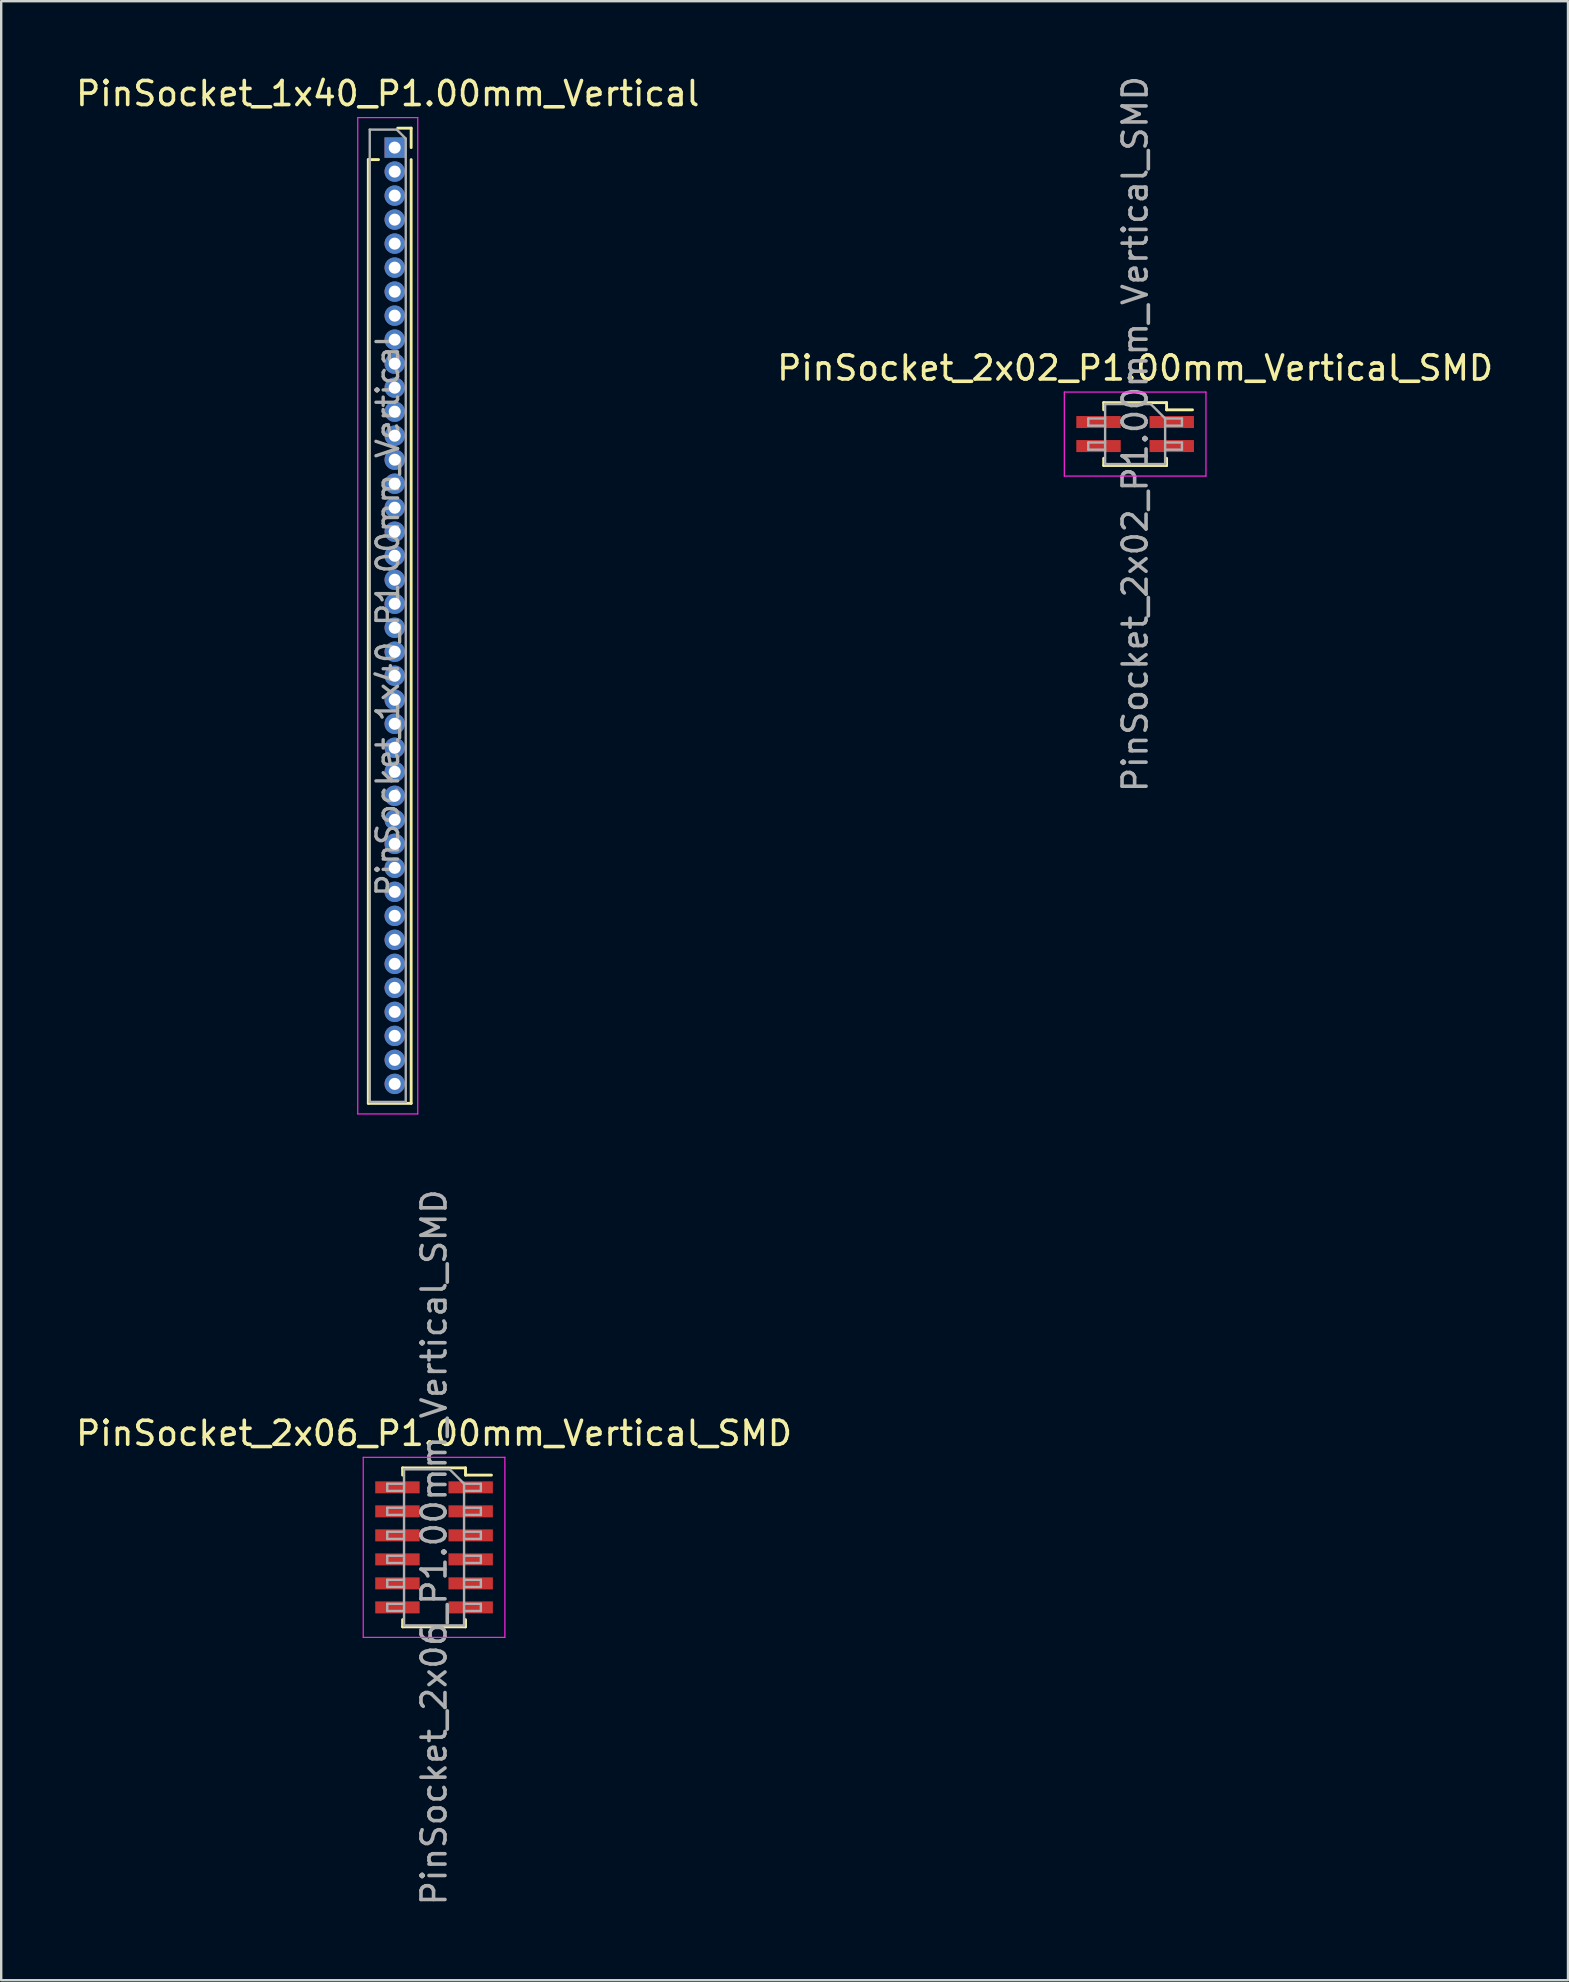
<source format=kicad_pcb>
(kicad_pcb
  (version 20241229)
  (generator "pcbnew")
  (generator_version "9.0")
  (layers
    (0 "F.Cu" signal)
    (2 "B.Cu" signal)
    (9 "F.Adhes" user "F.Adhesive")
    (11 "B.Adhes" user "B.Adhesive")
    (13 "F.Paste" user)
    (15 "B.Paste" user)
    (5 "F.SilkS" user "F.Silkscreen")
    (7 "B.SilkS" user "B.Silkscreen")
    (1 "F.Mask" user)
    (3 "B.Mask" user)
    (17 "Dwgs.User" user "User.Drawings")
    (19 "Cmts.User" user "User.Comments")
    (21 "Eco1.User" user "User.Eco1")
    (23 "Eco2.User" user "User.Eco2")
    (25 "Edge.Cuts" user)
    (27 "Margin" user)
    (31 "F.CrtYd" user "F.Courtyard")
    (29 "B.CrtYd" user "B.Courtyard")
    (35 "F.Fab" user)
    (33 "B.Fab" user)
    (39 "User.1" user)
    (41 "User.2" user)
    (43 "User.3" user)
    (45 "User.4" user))
  (footprint "PinSocket_2x06_P1.00mm_Vertical_SMD"
    (layer "F.Cu")
    (at 15.03 61.403)
    (property "Reference" "PinSocket_2x06_P1.00mm_Vertical_SMD" (at 0 -4.75 0) (layer "F.SilkS") (effects (font (size 1 1) (thickness 0.15))))
    (attr smd)
    (fp_line (start -1.31 -3.31) (end -1.31 -3.01) (stroke (width 0.12) (type solid)) (layer "F.SilkS"))
    (fp_line (start -1.31 -3.31) (end 1.31 -3.31) (stroke (width 0.12) (type solid)) (layer "F.SilkS"))
    (fp_line (start -1.31 3.01) (end -1.31 3.31) (stroke (width 0.12) (type solid)) (layer "F.SilkS"))
    (fp_line (start -1.31 3.31) (end 1.31 3.31) (stroke (width 0.12) (type solid)) (layer "F.SilkS"))
    (fp_line (start 1.31 -3.31) (end 1.31 -3.01) (stroke (width 0.12) (type solid)) (layer "F.SilkS"))
    (fp_line (start 1.31 -3.01) (end 2.39 -3.01) (stroke (width 0.12) (type solid)) (layer "F.SilkS"))
    (fp_line (start 1.31 3.01) (end 1.31 3.31) (stroke (width 0.12) (type solid)) (layer "F.SilkS"))
    (fp_line (start -2.95 -3.75) (end 2.95 -3.75) (stroke (width 0.05) (type solid)) (layer "F.CrtYd"))
    (fp_line (start -2.95 3.75) (end -2.95 -3.75) (stroke (width 0.05) (type solid)) (layer "F.CrtYd"))
    (fp_line (start 2.95 -3.75) (end 2.95 3.75) (stroke (width 0.05) (type solid)) (layer "F.CrtYd"))
    (fp_line (start 2.95 3.75) (end -2.95 3.75) (stroke (width 0.05) (type solid)) (layer "F.CrtYd"))
    (fp_line (start -1.95 -2.65) (end -1.25 -2.65) (stroke (width 0.1) (type solid)) (layer "F.Fab"))
    (fp_line (start -1.95 -2.35) (end -1.95 -2.65) (stroke (width 0.1) (type solid)) (layer "F.Fab"))
    (fp_line (start -1.95 -1.65) (end -1.25 -1.65) (stroke (width 0.1) (type solid)) (layer "F.Fab"))
    (fp_line (start -1.95 -1.35) (end -1.95 -1.65) (stroke (width 0.1) (type solid)) (layer "F.Fab"))
    (fp_line (start -1.95 -0.65) (end -1.25 -0.65) (stroke (width 0.1) (type solid)) (layer "F.Fab"))
    (fp_line (start -1.95 -0.35) (end -1.95 -0.65) (stroke (width 0.1) (type solid)) (layer "F.Fab"))
    (fp_line (start -1.95 0.35) (end -1.25 0.35) (stroke (width 0.1) (type solid)) (layer "F.Fab"))
    (fp_line (start -1.95 0.65) (end -1.95 0.35) (stroke (width 0.1) (type solid)) (layer "F.Fab"))
    (fp_line (start -1.95 1.35) (end -1.25 1.35) (stroke (width 0.1) (type solid)) (layer "F.Fab"))
    (fp_line (start -1.95 1.65) (end -1.95 1.35) (stroke (width 0.1) (type solid)) (layer "F.Fab"))
    (fp_line (start -1.95 2.35) (end -1.25 2.35) (stroke (width 0.1) (type solid)) (layer "F.Fab"))
    (fp_line (start -1.95 2.65) (end -1.95 2.35) (stroke (width 0.1) (type solid)) (layer "F.Fab"))
    (fp_line (start -1.25 -3.25) (end 0.65 -3.25) (stroke (width 0.1) (type solid)) (layer "F.Fab"))
    (fp_line (start -1.25 -2.35) (end -1.95 -2.35) (stroke (width 0.1) (type solid)) (layer "F.Fab"))
    (fp_line (start -1.25 -1.35) (end -1.95 -1.35) (stroke (width 0.1) (type solid)) (layer "F.Fab"))
    (fp_line (start -1.25 -0.35) (end -1.95 -0.35) (stroke (width 0.1) (type solid)) (layer "F.Fab"))
    (fp_line (start -1.25 0.65) (end -1.95 0.65) (stroke (width 0.1) (type solid)) (layer "F.Fab"))
    (fp_line (start -1.25 1.65) (end -1.95 1.65) (stroke (width 0.1) (type solid)) (layer "F.Fab"))
    (fp_line (start -1.25 2.65) (end -1.95 2.65) (stroke (width 0.1) (type solid)) (layer "F.Fab"))
    (fp_line (start -1.25 3.25) (end -1.25 -3.25) (stroke (width 0.1) (type solid)) (layer "F.Fab"))
    (fp_line (start 0.65 -3.25) (end 1.25 -2.65) (stroke (width 0.1) (type solid)) (layer "F.Fab"))
    (fp_line (start 1.25 -2.65) (end 1.25 3.25) (stroke (width 0.1) (type solid)) (layer "F.Fab"))
    (fp_line (start 1.25 -2.65) (end 1.95 -2.65) (stroke (width 0.1) (type solid)) (layer "F.Fab"))
    (fp_line (start 1.25 -1.65) (end 1.95 -1.65) (stroke (width 0.1) (type solid)) (layer "F.Fab"))
    (fp_line (start 1.25 -0.65) (end 1.95 -0.65) (stroke (width 0.1) (type solid)) (layer "F.Fab"))
    (fp_line (start 1.25 0.35) (end 1.95 0.35) (stroke (width 0.1) (type solid)) (layer "F.Fab"))
    (fp_line (start 1.25 1.35) (end 1.95 1.35) (stroke (width 0.1) (type solid)) (layer "F.Fab"))
    (fp_line (start 1.25 2.35) (end 1.95 2.35) (stroke (width 0.1) (type solid)) (layer "F.Fab"))
    (fp_line (start 1.25 3.25) (end -1.25 3.25) (stroke (width 0.1) (type solid)) (layer "F.Fab"))
    (fp_line (start 1.95 -2.65) (end 1.95 -2.35) (stroke (width 0.1) (type solid)) (layer "F.Fab"))
    (fp_line (start 1.95 -2.35) (end 1.25 -2.35) (stroke (width 0.1) (type solid)) (layer "F.Fab"))
    (fp_line (start 1.95 -1.65) (end 1.95 -1.35) (stroke (width 0.1) (type solid)) (layer "F.Fab"))
    (fp_line (start 1.95 -1.35) (end 1.25 -1.35) (stroke (width 0.1) (type solid)) (layer "F.Fab"))
    (fp_line (start 1.95 -0.65) (end 1.95 -0.35) (stroke (width 0.1) (type solid)) (layer "F.Fab"))
    (fp_line (start 1.95 -0.35) (end 1.25 -0.35) (stroke (width 0.1) (type solid)) (layer "F.Fab"))
    (fp_line (start 1.95 0.35) (end 1.95 0.65) (stroke (width 0.1) (type solid)) (layer "F.Fab"))
    (fp_line (start 1.95 0.65) (end 1.25 0.65) (stroke (width 0.1) (type solid)) (layer "F.Fab"))
    (fp_line (start 1.95 1.35) (end 1.95 1.65) (stroke (width 0.1) (type solid)) (layer "F.Fab"))
    (fp_line (start 1.95 1.65) (end 1.25 1.65) (stroke (width 0.1) (type solid)) (layer "F.Fab"))
    (fp_line (start 1.95 2.35) (end 1.95 2.65) (stroke (width 0.1) (type solid)) (layer "F.Fab"))
    (fp_line (start 1.95 2.65) (end 1.25 2.65) (stroke (width 0.1) (type solid)) (layer "F.Fab"))
    (fp_text user "${REFERENCE}" (at 0 0 90) (layer "F.Fab") (effects (font (size 1 1) (thickness 0.15))))
    (pad "1" smd rect (at 1.525 -2.5) (size 1.85 0.5) (layers "F.Cu" "F.Mask" "F.Paste"))
    (pad "2" smd rect (at -1.525 -2.5) (size 1.85 0.5) (layers "F.Cu" "F.Mask" "F.Paste"))
    (pad "3" smd rect (at 1.525 -1.5) (size 1.85 0.5) (layers "F.Cu" "F.Mask" "F.Paste"))
    (pad "4" smd rect (at -1.525 -1.5) (size 1.85 0.5) (layers "F.Cu" "F.Mask" "F.Paste"))
    (pad "5" smd rect (at 1.525 -0.5) (size 1.85 0.5) (layers "F.Cu" "F.Mask" "F.Paste"))
    (pad "6" smd rect (at -1.525 -0.5) (size 1.85 0.5) (layers "F.Cu" "F.Mask" "F.Paste"))
    (pad "7" smd rect (at 1.525 0.5) (size 1.85 0.5) (layers "F.Cu" "F.Mask" "F.Paste"))
    (pad "8" smd rect (at -1.525 0.5) (size 1.85 0.5) (layers "F.Cu" "F.Mask" "F.Paste"))
    (pad "9" smd rect (at 1.525 1.5) (size 1.85 0.5) (layers "F.Cu" "F.Mask" "F.Paste"))
    (pad "10" smd rect (at -1.525 1.5) (size 1.85 0.5) (layers "F.Cu" "F.Mask" "F.Paste"))
    (pad "11" smd rect (at 1.525 2.5) (size 1.85 0.5) (layers "F.Cu" "F.Mask" "F.Paste"))
    (pad "12" smd rect (at -1.525 2.5) (size 1.85 0.5) (layers "F.Cu" "F.Mask" "F.Paste")))
  (footprint "PinSocket_1x40_P1.00mm_Vertical"
    (layer "F.Cu")
    (at 13.391 3.098)
    (property "Reference" "PinSocket_1x40_P1.00mm_Vertical" (at -0.29 -2.25 0) (layer "F.SilkS") (effects (font (size 1 1) (thickness 0.15))))
    (attr through_hole)
    (fp_line (start -1.1 0.5) (end -1.1 39.81) (stroke (width 0.12) (type solid)) (layer "F.SilkS"))
    (fp_line (start -1.1 0.5) (end -0.674 0.5) (stroke (width 0.12) (type solid)) (layer "F.SilkS"))
    (fp_line (start -1.1 39.81) (end 0.685 39.81) (stroke (width 0.12) (type solid)) (layer "F.SilkS"))
    (fp_line (start 0.125 -0.81) (end 0.685 -0.81) (stroke (width 0.12) (type solid)) (layer "F.SilkS"))
    (fp_line (start 0.685 -0.81) (end 0.685 0) (stroke (width 0.12) (type solid)) (layer "F.SilkS"))
    (fp_line (start 0.685 0.5) (end 0.685 39.81) (stroke (width 0.12) (type solid)) (layer "F.SilkS"))
    (fp_line (start -1.54 -1.25) (end 0.96 -1.25) (stroke (width 0.05) (type solid)) (layer "F.CrtYd"))
    (fp_line (start -1.54 40.25) (end -1.54 -1.25) (stroke (width 0.05) (type solid)) (layer "F.CrtYd"))
    (fp_line (start 0.96 -1.25) (end 0.96 40.25) (stroke (width 0.05) (type solid)) (layer "F.CrtYd"))
    (fp_line (start 0.96 40.25) (end -1.54 40.25) (stroke (width 0.05) (type solid)) (layer "F.CrtYd"))
    (fp_line (start -1.04 -0.75) (end 0.085 -0.75) (stroke (width 0.1) (type solid)) (layer "F.Fab"))
    (fp_line (start -1.04 39.75) (end -1.04 -0.75) (stroke (width 0.1) (type solid)) (layer "F.Fab"))
    (fp_line (start 0.085 -0.75) (end 0.46 -0.375) (stroke (width 0.1) (type solid)) (layer "F.Fab"))
    (fp_line (start 0.46 -0.375) (end 0.46 39.75) (stroke (width 0.1) (type solid)) (layer "F.Fab"))
    (fp_line (start 0.46 39.75) (end -1.04 39.75) (stroke (width 0.1) (type solid)) (layer "F.Fab"))
    (fp_text user "${REFERENCE}" (at -0.29 19.5 90) (layer "F.Fab") (effects (font (size 0.9 0.9) (thickness 0.14))))
    (pad "1" thru_hole rect (at 0 0) (size 0.85 0.85) (drill 0.5) (layers "*.Cu" "*.Mask"))
    (pad "2" thru_hole oval (at 0 1) (size 0.85 0.85) (drill 0.5) (layers "*.Cu" "*.Mask"))
    (pad "3" thru_hole oval (at 0 2) (size 0.85 0.85) (drill 0.5) (layers "*.Cu" "*.Mask"))
    (pad "4" thru_hole oval (at 0 3) (size 0.85 0.85) (drill 0.5) (layers "*.Cu" "*.Mask"))
    (pad "5" thru_hole oval (at 0 4) (size 0.85 0.85) (drill 0.5) (layers "*.Cu" "*.Mask"))
    (pad "6" thru_hole oval (at 0 5) (size 0.85 0.85) (drill 0.5) (layers "*.Cu" "*.Mask"))
    (pad "7" thru_hole oval (at 0 6) (size 0.85 0.85) (drill 0.5) (layers "*.Cu" "*.Mask"))
    (pad "8" thru_hole oval (at 0 7) (size 0.85 0.85) (drill 0.5) (layers "*.Cu" "*.Mask"))
    (pad "9" thru_hole oval (at 0 8) (size 0.85 0.85) (drill 0.5) (layers "*.Cu" "*.Mask"))
    (pad "10" thru_hole oval (at 0 9) (size 0.85 0.85) (drill 0.5) (layers "*.Cu" "*.Mask"))
    (pad "11" thru_hole oval (at 0 10) (size 0.85 0.85) (drill 0.5) (layers "*.Cu" "*.Mask"))
    (pad "12" thru_hole oval (at 0 11) (size 0.85 0.85) (drill 0.5) (layers "*.Cu" "*.Mask"))
    (pad "13" thru_hole oval (at 0 12) (size 0.85 0.85) (drill 0.5) (layers "*.Cu" "*.Mask"))
    (pad "14" thru_hole oval (at 0 13) (size 0.85 0.85) (drill 0.5) (layers "*.Cu" "*.Mask"))
    (pad "15" thru_hole oval (at 0 14) (size 0.85 0.85) (drill 0.5) (layers "*.Cu" "*.Mask"))
    (pad "16" thru_hole oval (at 0 15) (size 0.85 0.85) (drill 0.5) (layers "*.Cu" "*.Mask"))
    (pad "17" thru_hole oval (at 0 16) (size 0.85 0.85) (drill 0.5) (layers "*.Cu" "*.Mask"))
    (pad "18" thru_hole oval (at 0 17) (size 0.85 0.85) (drill 0.5) (layers "*.Cu" "*.Mask"))
    (pad "19" thru_hole oval (at 0 18) (size 0.85 0.85) (drill 0.5) (layers "*.Cu" "*.Mask"))
    (pad "20" thru_hole oval (at 0 19) (size 0.85 0.85) (drill 0.5) (layers "*.Cu" "*.Mask"))
    (pad "21" thru_hole oval (at 0 20) (size 0.85 0.85) (drill 0.5) (layers "*.Cu" "*.Mask"))
    (pad "22" thru_hole oval (at 0 21) (size 0.85 0.85) (drill 0.5) (layers "*.Cu" "*.Mask"))
    (pad "23" thru_hole oval (at 0 22) (size 0.85 0.85) (drill 0.5) (layers "*.Cu" "*.Mask"))
    (pad "24" thru_hole oval (at 0 23) (size 0.85 0.85) (drill 0.5) (layers "*.Cu" "*.Mask"))
    (pad "25" thru_hole oval (at 0 24) (size 0.85 0.85) (drill 0.5) (layers "*.Cu" "*.Mask"))
    (pad "26" thru_hole oval (at 0 25) (size 0.85 0.85) (drill 0.5) (layers "*.Cu" "*.Mask"))
    (pad "27" thru_hole oval (at 0 26) (size 0.85 0.85) (drill 0.5) (layers "*.Cu" "*.Mask"))
    (pad "28" thru_hole oval (at 0 27) (size 0.85 0.85) (drill 0.5) (layers "*.Cu" "*.Mask"))
    (pad "29" thru_hole oval (at 0 28) (size 0.85 0.85) (drill 0.5) (layers "*.Cu" "*.Mask"))
    (pad "30" thru_hole oval (at 0 29) (size 0.85 0.85) (drill 0.5) (layers "*.Cu" "*.Mask"))
    (pad "31" thru_hole oval (at 0 30) (size 0.85 0.85) (drill 0.5) (layers "*.Cu" "*.Mask"))
    (pad "32" thru_hole oval (at 0 31) (size 0.85 0.85) (drill 0.5) (layers "*.Cu" "*.Mask"))
    (pad "33" thru_hole oval (at 0 32) (size 0.85 0.85) (drill 0.5) (layers "*.Cu" "*.Mask"))
    (pad "34" thru_hole oval (at 0 33) (size 0.85 0.85) (drill 0.5) (layers "*.Cu" "*.Mask"))
    (pad "35" thru_hole oval (at 0 34) (size 0.85 0.85) (drill 0.5) (layers "*.Cu" "*.Mask"))
    (pad "36" thru_hole oval (at 0 35) (size 0.85 0.85) (drill 0.5) (layers "*.Cu" "*.Mask"))
    (pad "37" thru_hole oval (at 0 36) (size 0.85 0.85) (drill 0.5) (layers "*.Cu" "*.Mask"))
    (pad "38" thru_hole oval (at 0 37) (size 0.85 0.85) (drill 0.5) (layers "*.Cu" "*.Mask"))
    (pad "39" thru_hole oval (at 0 38) (size 0.85 0.85) (drill 0.5) (layers "*.Cu" "*.Mask"))
    (pad "40" thru_hole oval (at 0 39) (size 0.85 0.85) (drill 0.5) (layers "*.Cu" "*.Mask")))
  (footprint "PinSocket_2x02_P1.00mm_Vertical_SMD"
    (layer "F.Cu")
    (at 44.232 15.03)
    (property "Reference" "PinSocket_2x02_P1.00mm_Vertical_SMD" (at 0 -2.75 0) (layer "F.SilkS") (effects (font (size 1 1) (thickness 0.15))))
    (attr smd)
    (fp_line (start -1.31 -1.31) (end -1.31 -1.01) (stroke (width 0.12) (type solid)) (layer "F.SilkS"))
    (fp_line (start -1.31 -1.31) (end 1.31 -1.31) (stroke (width 0.12) (type solid)) (layer "F.SilkS"))
    (fp_line (start -1.31 1.01) (end -1.31 1.31) (stroke (width 0.12) (type solid)) (layer "F.SilkS"))
    (fp_line (start -1.31 1.31) (end 1.31 1.31) (stroke (width 0.12) (type solid)) (layer "F.SilkS"))
    (fp_line (start 1.31 -1.31) (end 1.31 -1.01) (stroke (width 0.12) (type solid)) (layer "F.SilkS"))
    (fp_line (start 1.31 -1.01) (end 2.39 -1.01) (stroke (width 0.12) (type solid)) (layer "F.SilkS"))
    (fp_line (start 1.31 1.01) (end 1.31 1.31) (stroke (width 0.12) (type solid)) (layer "F.SilkS"))
    (fp_line (start -2.95 -1.75) (end 2.95 -1.75) (stroke (width 0.05) (type solid)) (layer "F.CrtYd"))
    (fp_line (start -2.95 1.75) (end -2.95 -1.75) (stroke (width 0.05) (type solid)) (layer "F.CrtYd"))
    (fp_line (start 2.95 -1.75) (end 2.95 1.75) (stroke (width 0.05) (type solid)) (layer "F.CrtYd"))
    (fp_line (start 2.95 1.75) (end -2.95 1.75) (stroke (width 0.05) (type solid)) (layer "F.CrtYd"))
    (fp_line (start -1.95 -0.65) (end -1.25 -0.65) (stroke (width 0.1) (type solid)) (layer "F.Fab"))
    (fp_line (start -1.95 -0.35) (end -1.95 -0.65) (stroke (width 0.1) (type solid)) (layer "F.Fab"))
    (fp_line (start -1.95 0.35) (end -1.25 0.35) (stroke (width 0.1) (type solid)) (layer "F.Fab"))
    (fp_line (start -1.95 0.65) (end -1.95 0.35) (stroke (width 0.1) (type solid)) (layer "F.Fab"))
    (fp_line (start -1.25 -1.25) (end 0.65 -1.25) (stroke (width 0.1) (type solid)) (layer "F.Fab"))
    (fp_line (start -1.25 -0.35) (end -1.95 -0.35) (stroke (width 0.1) (type solid)) (layer "F.Fab"))
    (fp_line (start -1.25 0.65) (end -1.95 0.65) (stroke (width 0.1) (type solid)) (layer "F.Fab"))
    (fp_line (start -1.25 1.25) (end -1.25 -1.25) (stroke (width 0.1) (type solid)) (layer "F.Fab"))
    (fp_line (start 0.65 -1.25) (end 1.25 -0.65) (stroke (width 0.1) (type solid)) (layer "F.Fab"))
    (fp_line (start 1.25 -0.65) (end 1.25 1.25) (stroke (width 0.1) (type solid)) (layer "F.Fab"))
    (fp_line (start 1.25 -0.65) (end 1.95 -0.65) (stroke (width 0.1) (type solid)) (layer "F.Fab"))
    (fp_line (start 1.25 0.35) (end 1.95 0.35) (stroke (width 0.1) (type solid)) (layer "F.Fab"))
    (fp_line (start 1.25 1.25) (end -1.25 1.25) (stroke (width 0.1) (type solid)) (layer "F.Fab"))
    (fp_line (start 1.95 -0.65) (end 1.95 -0.35) (stroke (width 0.1) (type solid)) (layer "F.Fab"))
    (fp_line (start 1.95 -0.35) (end 1.25 -0.35) (stroke (width 0.1) (type solid)) (layer "F.Fab"))
    (fp_line (start 1.95 0.35) (end 1.95 0.65) (stroke (width 0.1) (type solid)) (layer "F.Fab"))
    (fp_line (start 1.95 0.65) (end 1.25 0.65) (stroke (width 0.1) (type solid)) (layer "F.Fab"))
    (fp_text user "${REFERENCE}" (at 0 0 90) (layer "F.Fab") (effects (font (size 1 1) (thickness 0.15))))
    (pad "1" smd rect (at 1.525 -0.5) (size 1.85 0.5) (layers "F.Cu" "F.Mask" "F.Paste"))
    (pad "2" smd rect (at -1.525 -0.5) (size 1.85 0.5) (layers "F.Cu" "F.Mask" "F.Paste"))
    (pad "3" smd rect (at 1.525 0.5) (size 1.85 0.5) (layers "F.Cu" "F.Mask" "F.Paste"))
    (pad "4" smd rect (at -1.525 0.5) (size 1.85 0.5) (layers "F.Cu" "F.Mask" "F.Paste")))
  (gr_rect
    (start -3 -3)
    (end 62.262 79.433)
    (stroke (width 0.1) (type default))
    (fill no)
    (layer "Edge.Cuts")))
</source>
